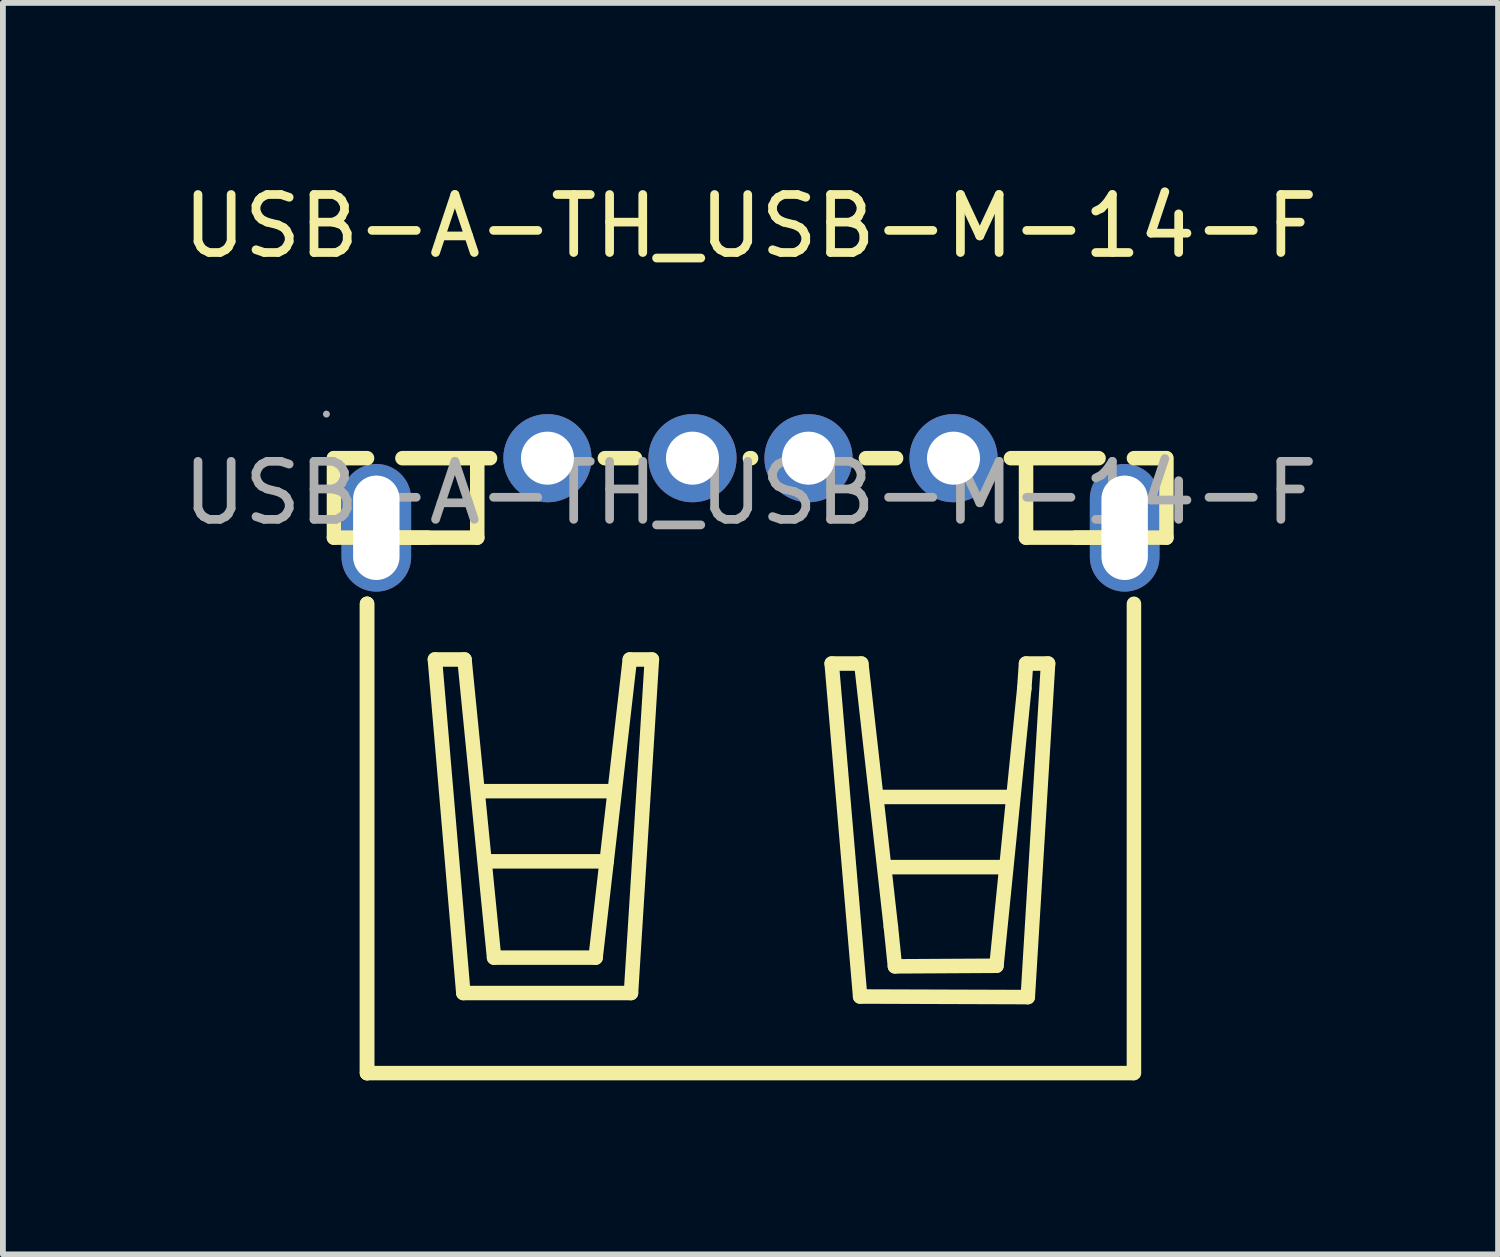
<source format=kicad_pcb>
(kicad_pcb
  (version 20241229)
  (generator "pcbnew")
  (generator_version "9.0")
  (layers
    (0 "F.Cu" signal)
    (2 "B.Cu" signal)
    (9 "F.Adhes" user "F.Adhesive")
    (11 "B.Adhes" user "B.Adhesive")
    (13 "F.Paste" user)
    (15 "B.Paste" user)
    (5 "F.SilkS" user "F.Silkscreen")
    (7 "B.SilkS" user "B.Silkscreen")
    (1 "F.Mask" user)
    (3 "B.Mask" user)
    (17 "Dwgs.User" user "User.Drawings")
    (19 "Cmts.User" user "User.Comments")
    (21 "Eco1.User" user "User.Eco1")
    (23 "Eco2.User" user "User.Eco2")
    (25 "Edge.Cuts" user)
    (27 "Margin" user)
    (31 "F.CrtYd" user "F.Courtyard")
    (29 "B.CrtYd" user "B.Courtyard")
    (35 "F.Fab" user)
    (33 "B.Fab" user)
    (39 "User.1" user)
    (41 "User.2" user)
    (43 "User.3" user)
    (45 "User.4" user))
  (footprint "USB-A-TH_USB-M-14-F"
    (layer "F.Cu")
    (at 9.887 5.448)
    (property "Reference" "USB-A-TH_USB-M-14-F" (at 0 -4.6 0) (layer "F.SilkS") (effects (font (size 1 1) (thickness 0.15))))
    (attr through_hole)
    (fp_line (start -7.18 -0.6) (end -7.18 -0.6) (stroke (width 0.25) (type solid)) (layer "F.SilkS"))
    (fp_line (start -7.18 -0.6) (end -7.18 0.77) (stroke (width 0.25) (type solid)) (layer "F.SilkS"))
    (fp_line (start -7.18 0.77) (end -5.56 0.77) (stroke (width 0.25) (type solid)) (layer "F.SilkS"))
    (fp_line (start -6.61 -0.6) (end -7.16 -0.6) (stroke (width 0.25) (type solid)) (layer "F.SilkS"))
    (fp_line (start -6.61 1.91) (end -6.61 10) (stroke (width 0.25) (type solid)) (layer "F.SilkS"))
    (fp_line (start -6.61 1.91) (end -6.61 10) (stroke (width 0.25) (type solid)) (layer "F.SilkS"))
    (fp_line (start -6.61 10) (end 6.59 10) (stroke (width 0.25) (type solid)) (layer "F.SilkS"))
    (fp_line (start -6 -0.6) (end -4.49 -0.6) (stroke (width 0.25) (type solid)) (layer "F.SilkS"))
    (fp_line (start -5.44 2.87) (end -4.93 2.87) (stroke (width 0.25) (type solid)) (layer "F.SilkS"))
    (fp_line (start -4.95 8.62) (end -5.44 2.87) (stroke (width 0.25) (type solid)) (layer "F.SilkS"))
    (fp_line (start -4.93 2.87) (end -4.42 8.01) (stroke (width 0.25) (type solid)) (layer "F.SilkS"))
    (fp_line (start -4.71 -0.58) (end -4.71 0.77) (stroke (width 0.25) (type solid)) (layer "F.SilkS"))
    (fp_line (start -4.71 0.77) (end -6.59 0.77) (stroke (width 0.25) (type solid)) (layer "F.SilkS"))
    (fp_line (start -4.65 5.14) (end -2.39 5.14) (stroke (width 0.25) (type solid)) (layer "F.SilkS"))
    (fp_line (start -4.51 6.35) (end -2.48 6.35) (stroke (width 0.25) (type solid)) (layer "F.SilkS"))
    (fp_line (start -4.42 8.01) (end -2.67 8.01) (stroke (width 0.25) (type solid)) (layer "F.SilkS"))
    (fp_line (start -2.67 8.01) (end -2.08 2.87) (stroke (width 0.25) (type solid)) (layer "F.SilkS"))
    (fp_line (start -2.51 -0.6) (end -1.99 -0.6) (stroke (width 0.25) (type solid)) (layer "F.SilkS"))
    (fp_line (start -2.08 2.87) (end -1.7 2.87) (stroke (width 0.25) (type solid)) (layer "F.SilkS"))
    (fp_line (start -2.06 8.62) (end -4.95 8.62) (stroke (width 0.25) (type solid)) (layer "F.SilkS"))
    (fp_line (start -1.7 2.87) (end -2.06 8.62) (stroke (width 0.25) (type solid)) (layer "F.SilkS"))
    (fp_line (start -0.01 -0.6) (end 0.01 -0.6) (stroke (width 0.25) (type solid)) (layer "F.SilkS"))
    (fp_line (start 1.4 2.94) (end 1.91 2.94) (stroke (width 0.25) (type solid)) (layer "F.SilkS"))
    (fp_line (start 1.89 8.68) (end 1.4 2.94) (stroke (width 0.25) (type solid)) (layer "F.SilkS"))
    (fp_line (start 1.91 2.94) (end 2.42 7.48) (stroke (width 0.25) (type solid)) (layer "F.SilkS"))
    (fp_line (start 1.99 -0.6) (end 2.51 -0.6) (stroke (width 0.25) (type solid)) (layer "F.SilkS"))
    (fp_line (start 2.23 5.24) (end 4.49 5.24) (stroke (width 0.25) (type solid)) (layer "F.SilkS"))
    (fp_line (start 2.37 6.45) (end 4.4 6.45) (stroke (width 0.25) (type solid)) (layer "F.SilkS"))
    (fp_line (start 2.42 7.48) (end 2.49 8.16) (stroke (width 0.25) (type solid)) (layer "F.SilkS"))
    (fp_line (start 2.49 8.16) (end 4.24 8.15) (stroke (width 0.25) (type solid)) (layer "F.SilkS"))
    (fp_line (start 4.24 8.15) (end 4.72 3.37) (stroke (width 0.25) (type solid)) (layer "F.SilkS"))
    (fp_line (start 4.49 -0.6) (end 6 -0.6) (stroke (width 0.25) (type solid)) (layer "F.SilkS"))
    (fp_line (start 4.72 3.37) (end 4.75 2.94) (stroke (width 0.25) (type solid)) (layer "F.SilkS"))
    (fp_line (start 4.75 -0.58) (end 4.75 0.77) (stroke (width 0.25) (type solid)) (layer "F.SilkS"))
    (fp_line (start 4.75 0.77) (end 6.63 0.77) (stroke (width 0.25) (type solid)) (layer "F.SilkS"))
    (fp_line (start 4.75 2.94) (end 5.13 2.94) (stroke (width 0.25) (type solid)) (layer "F.SilkS"))
    (fp_line (start 4.78 8.69) (end 1.89 8.68) (stroke (width 0.25) (type solid)) (layer "F.SilkS"))
    (fp_line (start 5.13 2.94) (end 4.78 8.69) (stroke (width 0.25) (type solid)) (layer "F.SilkS"))
    (fp_line (start 6.61 -0.6) (end 7.16 -0.6) (stroke (width 0.25) (type solid)) (layer "F.SilkS"))
    (fp_line (start 6.61 1.91) (end 6.61 10) (stroke (width 0.25) (type solid)) (layer "F.SilkS"))
    (fp_line (start 7.17 -0.6) (end 7.17 0.77) (stroke (width 0.25) (type solid)) (layer "F.SilkS"))
    (fp_line (start 7.17 0.77) (end 5.6 0.77) (stroke (width 0.25) (type solid)) (layer "F.SilkS"))
    (fp_circle (center -7.31 -1.36) (end -7.28 -1.36) (stroke (width 0.06) (type solid)) (fill no) (layer "F.Fab"))
    (fp_circle (center -3.5 -0.6) (end -3.32 -0.6) (stroke (width 0.36) (type solid)) (fill no) (layer "F.Fab"))
    (fp_circle (center -1 -0.6) (end -0.82 -0.6) (stroke (width 0.36) (type solid)) (fill no) (layer "F.Fab"))
    (fp_circle (center 1 -0.6) (end 1.18 -0.6) (stroke (width 0.36) (type solid)) (fill no) (layer "F.Fab"))
    (fp_circle (center 3.5 -0.6) (end 3.68 -0.6) (stroke (width 0.36) (type solid)) (fill no) (layer "F.Fab"))
    (fp_text user "${REFERENCE}" (at 0 0 0) (layer "F.Fab") (effects (font (size 1 1) (thickness 0.15))))
    (pad "1" thru_hole circle (at -3.5 -0.6) (size 1.52 1.52) (drill 0.914) (layers "*.Cu" "*.Mask"))
    (pad "2" thru_hole circle (at -1 -0.6) (size 1.52 1.52) (drill 0.914) (layers "*.Cu" "*.Mask"))
    (pad "3" thru_hole circle (at 1 -0.6) (size 1.52 1.52) (drill 0.914) (layers "*.Cu" "*.Mask"))
    (pad "4" thru_hole circle (at 3.5 -0.6) (size 1.52 1.52) (drill 0.914) (layers "*.Cu" "*.Mask"))
    (pad "5" thru_hole oval (at 6.45 0.6 90) (size 2.2 1.2) (drill oval 1.8 0.8) (layers "*.Cu" "*.Mask"))
    (pad "6" thru_hole oval (at -6.45 0.6 270) (size 2.2 1.2) (drill oval 1.8 0.8) (layers "*.Cu" "*.Mask")))
  (gr_rect
    (start -3 -3)
    (end 22.774 18.573)
    (stroke (width 0.1) (type default))
    (fill no)
    (layer "Edge.Cuts")))
</source>
